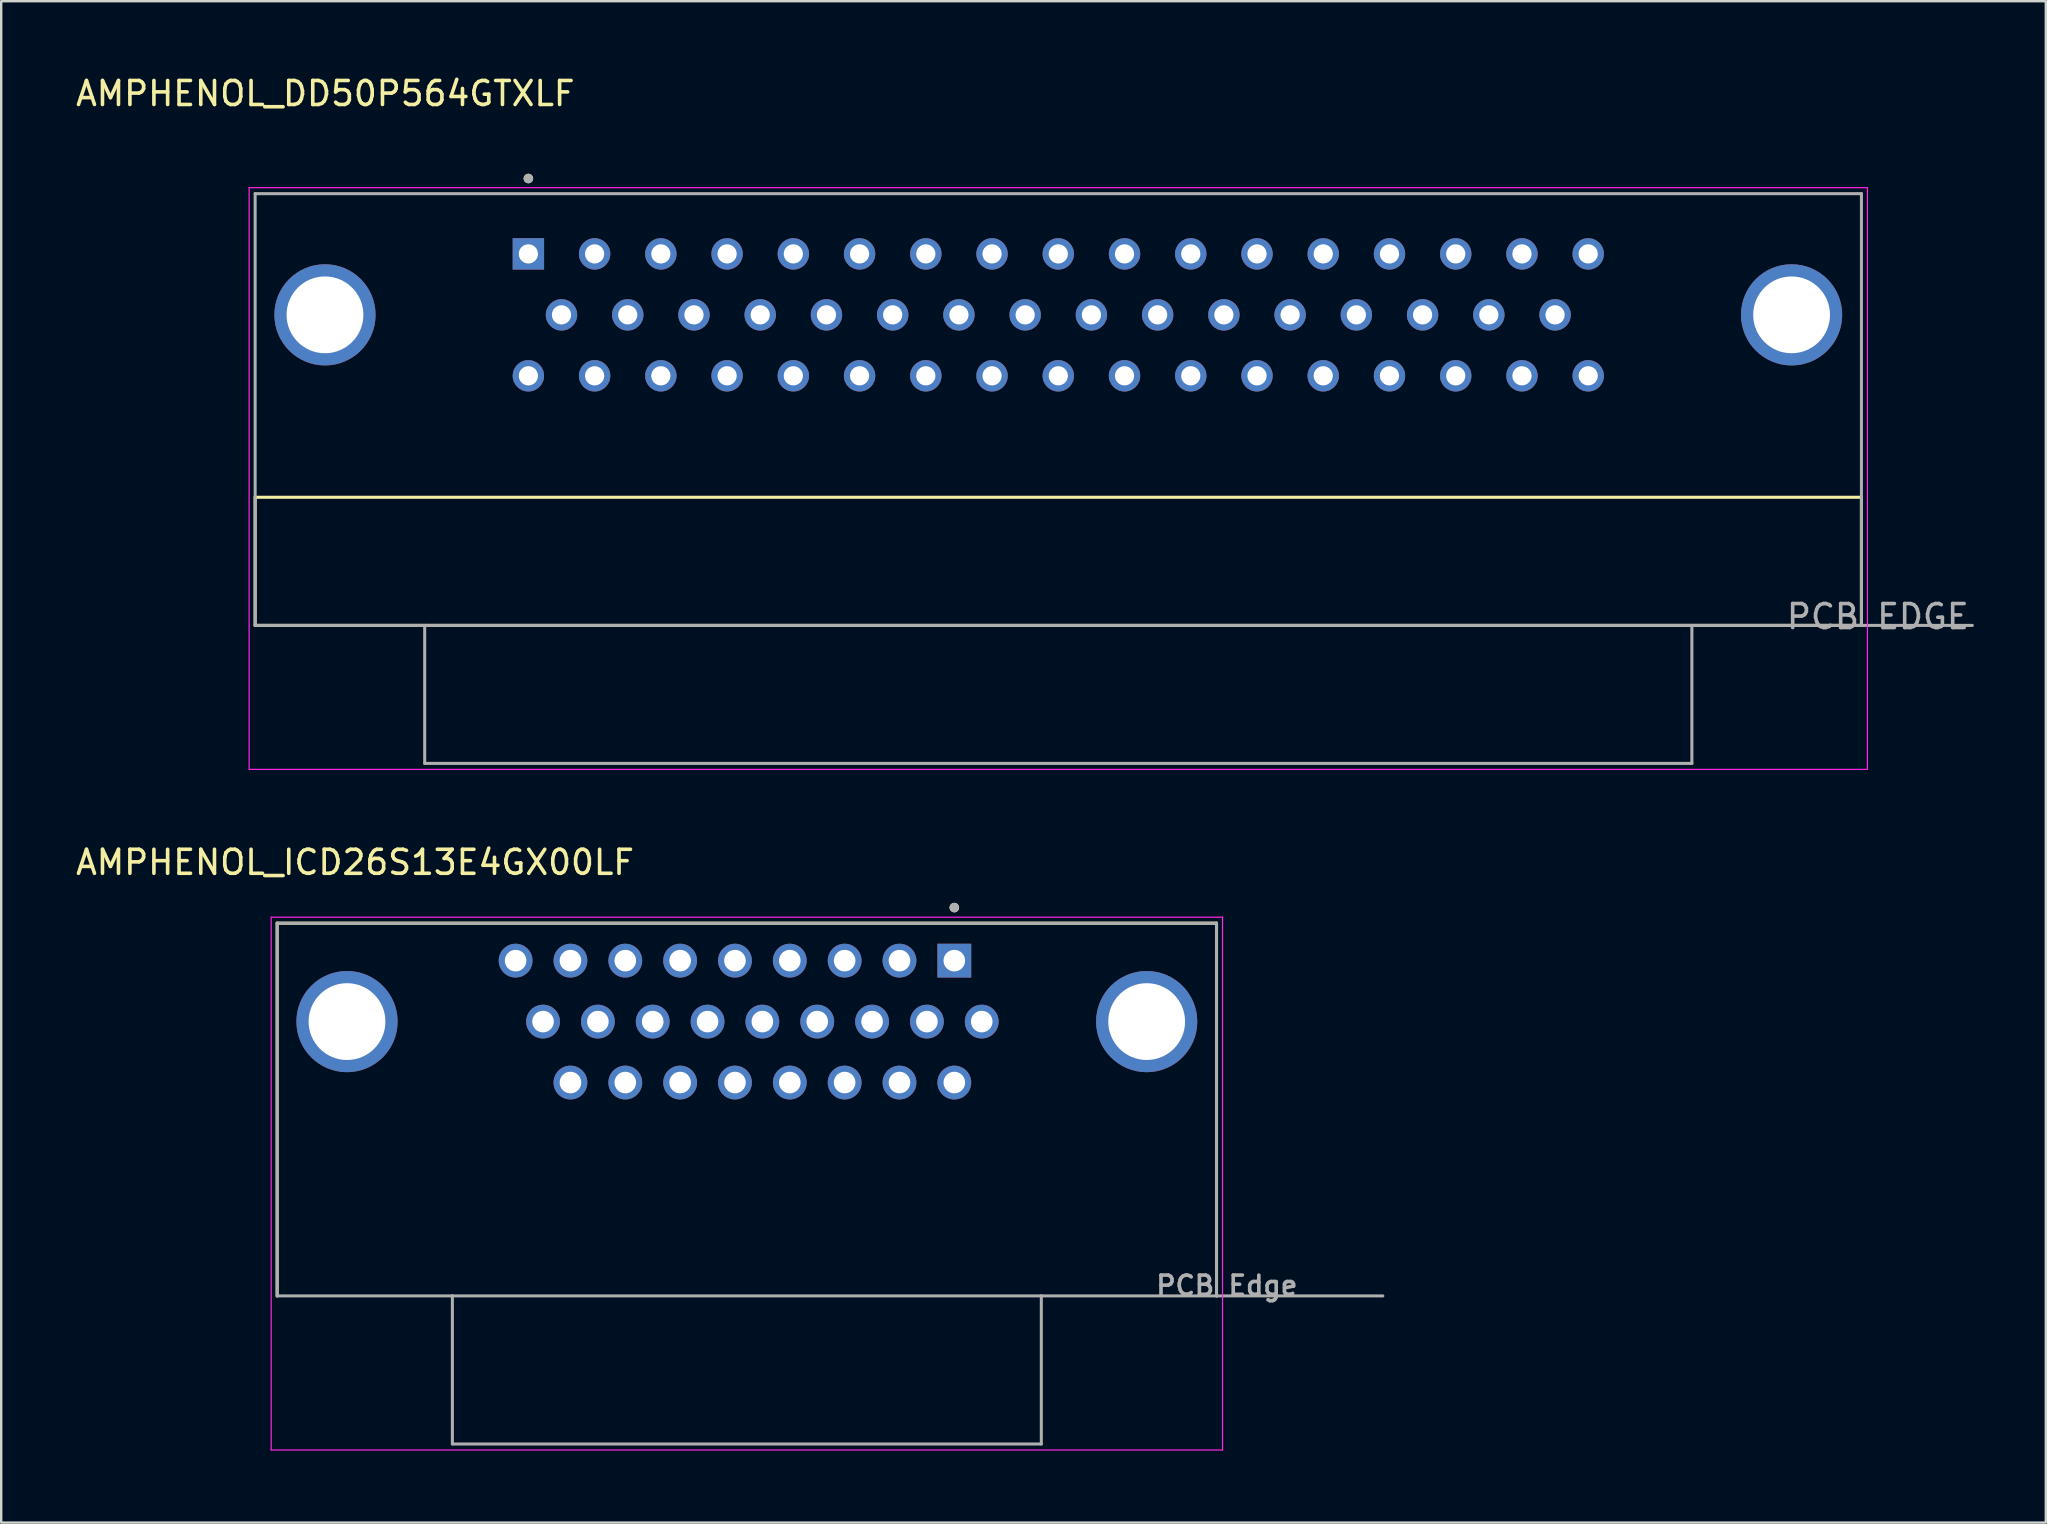
<source format=kicad_pcb>
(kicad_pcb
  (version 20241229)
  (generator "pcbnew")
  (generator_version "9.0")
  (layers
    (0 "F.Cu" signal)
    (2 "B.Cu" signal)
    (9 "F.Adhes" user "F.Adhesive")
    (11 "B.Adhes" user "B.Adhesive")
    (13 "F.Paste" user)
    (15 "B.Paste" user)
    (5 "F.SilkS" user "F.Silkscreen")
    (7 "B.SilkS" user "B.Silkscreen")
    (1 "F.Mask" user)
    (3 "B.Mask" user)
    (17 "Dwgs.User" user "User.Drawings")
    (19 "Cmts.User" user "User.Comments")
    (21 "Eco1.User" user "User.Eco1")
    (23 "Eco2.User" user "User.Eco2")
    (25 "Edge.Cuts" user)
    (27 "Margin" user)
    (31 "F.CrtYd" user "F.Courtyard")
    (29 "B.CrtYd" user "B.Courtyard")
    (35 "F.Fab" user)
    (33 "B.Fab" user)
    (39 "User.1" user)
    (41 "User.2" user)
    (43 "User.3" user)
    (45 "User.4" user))
  (footprint "AMPHENOL_ICD26S13E4GX00LF"
    (layer "F.Cu")
    (at 28.069 39.517)
    (property "Reference" "AMPHENOL_ICD26S13E4GX00LF" (at -16.325 -6.635 0) (layer "F.SilkS") (effects (font (size 1 1) (thickness 0.15))))
    (attr through_hole)
    (fp_line (start -19.57 -4.1) (end 19.57 -4.1) (stroke (width 0.127) (type solid)) (layer "F.SilkS"))
    (fp_line (start -19.57 11.43) (end -19.57 -4.1) (stroke (width 0.127) (type solid)) (layer "F.SilkS"))
    (fp_line (start 19.57 11.43) (end 19.57 -4.1) (stroke (width 0.127) (type solid)) (layer "F.SilkS"))
    (fp_circle (center 8.645 -4.75) (end 8.745 -4.75) (stroke (width 0.2) (type solid)) (fill no) (layer "F.SilkS"))
    (fp_line (start -19.82 -4.35) (end -19.82 17.85) (stroke (width 0.05) (type solid)) (layer "F.CrtYd"))
    (fp_line (start -19.82 17.85) (end 19.82 17.85) (stroke (width 0.05) (type solid)) (layer "F.CrtYd"))
    (fp_line (start 19.82 -4.35) (end -19.82 -4.35) (stroke (width 0.05) (type solid)) (layer "F.CrtYd"))
    (fp_line (start 19.82 17.85) (end 19.82 -4.35) (stroke (width 0.05) (type solid)) (layer "F.CrtYd"))
    (fp_line (start -19.57 -4.1) (end 19.57 -4.1) (stroke (width 0.127) (type solid)) (layer "F.Fab"))
    (fp_line (start -19.57 11.43) (end -19.57 -4.1) (stroke (width 0.127) (type solid)) (layer "F.Fab"))
    (fp_line (start -19.57 11.43) (end -12.27 11.43) (stroke (width 0.127) (type solid)) (layer "F.Fab"))
    (fp_line (start -12.27 11.43) (end -12.27 17.6) (stroke (width 0.127) (type solid)) (layer "F.Fab"))
    (fp_line (start -12.27 11.43) (end 12.27 11.43) (stroke (width 0.127) (type solid)) (layer "F.Fab"))
    (fp_line (start -12.27 17.6) (end 12.27 17.6) (stroke (width 0.127) (type solid)) (layer "F.Fab"))
    (fp_line (start 12.27 11.43) (end 19.57 11.43) (stroke (width 0.127) (type solid)) (layer "F.Fab"))
    (fp_line (start 12.27 17.6) (end 12.27 11.43) (stroke (width 0.127) (type solid)) (layer "F.Fab"))
    (fp_line (start 19.57 11.43) (end 19.57 -4.1) (stroke (width 0.127) (type solid)) (layer "F.Fab"))
    (fp_line (start 19.57 11.43) (end 26.5 11.43) (stroke (width 0.127) (type solid)) (layer "F.Fab"))
    (fp_circle (center 8.645 -4.75) (end 8.745 -4.75) (stroke (width 0.2) (type solid)) (fill no) (layer "F.Fab"))
    (fp_text user "PCB Edge" (at 20 11 0) (layer "F.Fab") (effects (font (size 0.8 0.8) (thickness 0.15))))
    (pad "1" thru_hole rect (at 8.645 -2.54) (size 1.408 1.408) (drill 0.9) (layers "*.Cu" "*.Mask"))
    (pad "2" thru_hole circle (at 6.36 -2.54) (size 1.408 1.408) (drill 0.9) (layers "*.Cu" "*.Mask"))
    (pad "3" thru_hole circle (at 4.075 -2.54) (size 1.408 1.408) (drill 0.9) (layers "*.Cu" "*.Mask"))
    (pad "4" thru_hole circle (at 1.79 -2.54) (size 1.408 1.408) (drill 0.9) (layers "*.Cu" "*.Mask"))
    (pad "5" thru_hole circle (at -0.495 -2.54) (size 1.408 1.408) (drill 0.9) (layers "*.Cu" "*.Mask"))
    (pad "6" thru_hole circle (at -2.78 -2.54) (size 1.408 1.408) (drill 0.9) (layers "*.Cu" "*.Mask"))
    (pad "7" thru_hole circle (at -5.065 -2.54) (size 1.408 1.408) (drill 0.9) (layers "*.Cu" "*.Mask"))
    (pad "8" thru_hole circle (at -7.35 -2.54) (size 1.408 1.408) (drill 0.9) (layers "*.Cu" "*.Mask"))
    (pad "9" thru_hole circle (at -9.635 -2.54) (size 1.408 1.408) (drill 0.9) (layers "*.Cu" "*.Mask"))
    (pad "10" thru_hole circle (at 9.787 0) (size 1.408 1.408) (drill 0.9) (layers "*.Cu" "*.Mask"))
    (pad "11" thru_hole circle (at 7.503 0) (size 1.408 1.408) (drill 0.9) (layers "*.Cu" "*.Mask"))
    (pad "12" thru_hole circle (at 5.218 0) (size 1.408 1.408) (drill 0.9) (layers "*.Cu" "*.Mask"))
    (pad "13" thru_hole circle (at 2.933 0) (size 1.408 1.408) (drill 0.9) (layers "*.Cu" "*.Mask"))
    (pad "14" thru_hole circle (at 0.647 0) (size 1.408 1.408) (drill 0.9) (layers "*.Cu" "*.Mask"))
    (pad "15" thru_hole circle (at -1.637 0) (size 1.408 1.408) (drill 0.9) (layers "*.Cu" "*.Mask"))
    (pad "16" thru_hole circle (at -3.922 0) (size 1.408 1.408) (drill 0.9) (layers "*.Cu" "*.Mask"))
    (pad "17" thru_hole circle (at -6.207 0) (size 1.408 1.408) (drill 0.9) (layers "*.Cu" "*.Mask"))
    (pad "18" thru_hole circle (at -8.492 0) (size 1.408 1.408) (drill 0.9) (layers "*.Cu" "*.Mask"))
    (pad "19" thru_hole circle (at 8.645 2.54) (size 1.408 1.408) (drill 0.9) (layers "*.Cu" "*.Mask"))
    (pad "20" thru_hole circle (at 6.36 2.54) (size 1.408 1.408) (drill 0.9) (layers "*.Cu" "*.Mask"))
    (pad "21" thru_hole circle (at 4.075 2.54) (size 1.408 1.408) (drill 0.9) (layers "*.Cu" "*.Mask"))
    (pad "22" thru_hole circle (at 1.79 2.54) (size 1.408 1.408) (drill 0.9) (layers "*.Cu" "*.Mask"))
    (pad "23" thru_hole circle (at -0.495 2.54) (size 1.408 1.408) (drill 0.9) (layers "*.Cu" "*.Mask"))
    (pad "24" thru_hole circle (at -2.78 2.54) (size 1.408 1.408) (drill 0.9) (layers "*.Cu" "*.Mask"))
    (pad "25" thru_hole circle (at -5.065 2.54) (size 1.408 1.408) (drill 0.9) (layers "*.Cu" "*.Mask"))
    (pad "26" thru_hole circle (at -7.35 2.54) (size 1.408 1.408) (drill 0.9) (layers "*.Cu" "*.Mask"))
    (pad "S1" thru_hole circle (at -16.66 0) (size 4.216 4.216) (drill 3.2) (layers "*.Cu" "*.Mask"))
    (pad "S2" thru_hole circle (at 16.66 0) (size 4.216 4.216) (drill 3.2) (layers "*.Cu" "*.Mask")))
  (footprint "AMPHENOL_DD50P564GTXLF"
    (layer "F.Cu")
    (at 41.046 10.069)
    (property "Reference" "AMPHENOL_DD50P564GTXLF" (at -30.54 -9.221 0) (layer "F.SilkS") (effects (font (size 1 1) (thickness 0.15))))
    (attr through_hole)
    (fp_line (start -33.465 7.6) (end 33.465 7.6) (stroke (width 0.127) (type solid)) (layer "F.SilkS"))
    (fp_line (start -33.465 12.94) (end -33.465 7.6) (stroke (width 0.127) (type solid)) (layer "F.SilkS"))
    (fp_line (start -33.465 12.94) (end 33.465 12.94) (stroke (width 0.127) (type solid)) (layer "F.SilkS"))
    (fp_line (start 33.465 12.94) (end 33.465 7.6) (stroke (width 0.127) (type solid)) (layer "F.SilkS"))
    (fp_circle (center -22.08 -5.681) (end -21.98 -5.681) (stroke (width 0.2) (type solid)) (fill no) (layer "F.SilkS"))
    (fp_line (start -33.715 -5.3) (end -33.715 18.94) (stroke (width 0.05) (type solid)) (layer "F.CrtYd"))
    (fp_line (start -33.715 18.94) (end 33.715 18.94) (stroke (width 0.05) (type solid)) (layer "F.CrtYd"))
    (fp_line (start 33.715 -5.3) (end -33.715 -5.3) (stroke (width 0.05) (type solid)) (layer "F.CrtYd"))
    (fp_line (start 33.715 18.94) (end 33.715 -5.3) (stroke (width 0.05) (type solid)) (layer "F.CrtYd"))
    (fp_line (start -33.465 -5.05) (end 33.465 -5.05) (stroke (width 0.127) (type solid)) (layer "F.Fab"))
    (fp_line (start -33.465 12.94) (end -33.465 -5.05) (stroke (width 0.127) (type solid)) (layer "F.Fab"))
    (fp_line (start -33.465 12.94) (end -26.4 12.94) (stroke (width 0.127) (type solid)) (layer "F.Fab"))
    (fp_line (start -26.4 12.94) (end -26.4 18.69) (stroke (width 0.127) (type solid)) (layer "F.Fab"))
    (fp_line (start -26.4 12.94) (end 26.4 12.94) (stroke (width 0.127) (type solid)) (layer "F.Fab"))
    (fp_line (start -26.4 18.69) (end 26.4 18.69) (stroke (width 0.127) (type solid)) (layer "F.Fab"))
    (fp_line (start 26.4 12.94) (end 33.465 12.94) (stroke (width 0.127) (type solid)) (layer "F.Fab"))
    (fp_line (start 26.4 18.69) (end 26.4 12.94) (stroke (width 0.127) (type solid)) (layer "F.Fab"))
    (fp_line (start 33.465 12.94) (end 33.465 -5.05) (stroke (width 0.127) (type solid)) (layer "F.Fab"))
    (fp_line (start 33.465 12.94) (end 38.085 12.94) (stroke (width 0.127) (type solid)) (layer "F.Fab"))
    (fp_circle (center -22.08 -5.681) (end -21.98 -5.681) (stroke (width 0.2) (type solid)) (fill no) (layer "F.Fab"))
    (fp_text user "PCB EDGE" (at 34.148 12.573 0) (layer "F.Fab") (effects (font (size 1 1) (thickness 0.15))))
    (pad "1" thru_hole rect (at -22.08 -2.54) (size 1.308 1.308) (drill 0.8) (layers "*.Cu" "*.Mask"))
    (pad "2" thru_hole circle (at -19.32 -2.54) (size 1.308 1.308) (drill 0.8) (layers "*.Cu" "*.Mask"))
    (pad "3" thru_hole circle (at -16.56 -2.54) (size 1.308 1.308) (drill 0.8) (layers "*.Cu" "*.Mask"))
    (pad "4" thru_hole circle (at -13.8 -2.54) (size 1.308 1.308) (drill 0.8) (layers "*.Cu" "*.Mask"))
    (pad "5" thru_hole circle (at -11.04 -2.54) (size 1.308 1.308) (drill 0.8) (layers "*.Cu" "*.Mask"))
    (pad "6" thru_hole circle (at -8.28 -2.54) (size 1.308 1.308) (drill 0.8) (layers "*.Cu" "*.Mask"))
    (pad "7" thru_hole circle (at -5.52 -2.54) (size 1.308 1.308) (drill 0.8) (layers "*.Cu" "*.Mask"))
    (pad "8" thru_hole circle (at -2.76 -2.54) (size 1.308 1.308) (drill 0.8) (layers "*.Cu" "*.Mask"))
    (pad "9" thru_hole circle (at 0 -2.54) (size 1.308 1.308) (drill 0.8) (layers "*.Cu" "*.Mask"))
    (pad "10" thru_hole circle (at 2.76 -2.54) (size 1.308 1.308) (drill 0.8) (layers "*.Cu" "*.Mask"))
    (pad "11" thru_hole circle (at 5.52 -2.54) (size 1.308 1.308) (drill 0.8) (layers "*.Cu" "*.Mask"))
    (pad "12" thru_hole circle (at 8.28 -2.54) (size 1.308 1.308) (drill 0.8) (layers "*.Cu" "*.Mask"))
    (pad "13" thru_hole circle (at 11.04 -2.54) (size 1.308 1.308) (drill 0.8) (layers "*.Cu" "*.Mask"))
    (pad "14" thru_hole circle (at 13.8 -2.54) (size 1.308 1.308) (drill 0.8) (layers "*.Cu" "*.Mask"))
    (pad "15" thru_hole circle (at 16.56 -2.54) (size 1.308 1.308) (drill 0.8) (layers "*.Cu" "*.Mask"))
    (pad "16" thru_hole circle (at 19.32 -2.54) (size 1.308 1.308) (drill 0.8) (layers "*.Cu" "*.Mask"))
    (pad "17" thru_hole circle (at 22.08 -2.54) (size 1.308 1.308) (drill 0.8) (layers "*.Cu" "*.Mask"))
    (pad "18" thru_hole circle (at -20.7 0) (size 1.308 1.308) (drill 0.8) (layers "*.Cu" "*.Mask"))
    (pad "19" thru_hole circle (at -17.94 0) (size 1.308 1.308) (drill 0.8) (layers "*.Cu" "*.Mask"))
    (pad "20" thru_hole circle (at -15.18 0) (size 1.308 1.308) (drill 0.8) (layers "*.Cu" "*.Mask"))
    (pad "21" thru_hole circle (at -12.42 0) (size 1.308 1.308) (drill 0.8) (layers "*.Cu" "*.Mask"))
    (pad "22" thru_hole circle (at -9.66 0) (size 1.308 1.308) (drill 0.8) (layers "*.Cu" "*.Mask"))
    (pad "23" thru_hole circle (at -6.9 0) (size 1.308 1.308) (drill 0.8) (layers "*.Cu" "*.Mask"))
    (pad "24" thru_hole circle (at -4.14 0) (size 1.308 1.308) (drill 0.8) (layers "*.Cu" "*.Mask"))
    (pad "25" thru_hole circle (at -1.38 0) (size 1.308 1.308) (drill 0.8) (layers "*.Cu" "*.Mask"))
    (pad "26" thru_hole circle (at 1.38 0) (size 1.308 1.308) (drill 0.8) (layers "*.Cu" "*.Mask"))
    (pad "27" thru_hole circle (at 4.14 0) (size 1.308 1.308) (drill 0.8) (layers "*.Cu" "*.Mask"))
    (pad "28" thru_hole circle (at 6.9 0) (size 1.308 1.308) (drill 0.8) (layers "*.Cu" "*.Mask"))
    (pad "29" thru_hole circle (at 9.66 0) (size 1.308 1.308) (drill 0.8) (layers "*.Cu" "*.Mask"))
    (pad "30" thru_hole circle (at 12.42 0) (size 1.308 1.308) (drill 0.8) (layers "*.Cu" "*.Mask"))
    (pad "31" thru_hole circle (at 15.18 0) (size 1.308 1.308) (drill 0.8) (layers "*.Cu" "*.Mask"))
    (pad "32" thru_hole circle (at 17.94 0) (size 1.308 1.308) (drill 0.8) (layers "*.Cu" "*.Mask"))
    (pad "33" thru_hole circle (at 20.7 0) (size 1.308 1.308) (drill 0.8) (layers "*.Cu" "*.Mask"))
    (pad "34" thru_hole circle (at -22.08 2.54) (size 1.308 1.308) (drill 0.8) (layers "*.Cu" "*.Mask"))
    (pad "35" thru_hole circle (at -19.32 2.54) (size 1.308 1.308) (drill 0.8) (layers "*.Cu" "*.Mask"))
    (pad "36" thru_hole circle (at -16.56 2.54) (size 1.308 1.308) (drill 0.8) (layers "*.Cu" "*.Mask"))
    (pad "37" thru_hole circle (at -13.8 2.54) (size 1.308 1.308) (drill 0.8) (layers "*.Cu" "*.Mask"))
    (pad "38" thru_hole circle (at -11.04 2.54) (size 1.308 1.308) (drill 0.8) (layers "*.Cu" "*.Mask"))
    (pad "39" thru_hole circle (at -8.28 2.54) (size 1.308 1.308) (drill 0.8) (layers "*.Cu" "*.Mask"))
    (pad "40" thru_hole circle (at -5.52 2.54) (size 1.308 1.308) (drill 0.8) (layers "*.Cu" "*.Mask"))
    (pad "41" thru_hole circle (at -2.76 2.54) (size 1.308 1.308) (drill 0.8) (layers "*.Cu" "*.Mask"))
    (pad "42" thru_hole circle (at 0 2.54) (size 1.308 1.308) (drill 0.8) (layers "*.Cu" "*.Mask"))
    (pad "43" thru_hole circle (at 2.76 2.54) (size 1.308 1.308) (drill 0.8) (layers "*.Cu" "*.Mask"))
    (pad "44" thru_hole circle (at 5.52 2.54) (size 1.308 1.308) (drill 0.8) (layers "*.Cu" "*.Mask"))
    (pad "45" thru_hole circle (at 8.28 2.54) (size 1.308 1.308) (drill 0.8) (layers "*.Cu" "*.Mask"))
    (pad "46" thru_hole circle (at 11.04 2.54) (size 1.308 1.308) (drill 0.8) (layers "*.Cu" "*.Mask"))
    (pad "47" thru_hole circle (at 13.8 2.54) (size 1.308 1.308) (drill 0.8) (layers "*.Cu" "*.Mask"))
    (pad "48" thru_hole circle (at 16.56 2.54) (size 1.308 1.308) (drill 0.8) (layers "*.Cu" "*.Mask"))
    (pad "49" thru_hole circle (at 19.32 2.54) (size 1.308 1.308) (drill 0.8) (layers "*.Cu" "*.Mask"))
    (pad "50" thru_hole circle (at 22.08 2.54) (size 1.308 1.308) (drill 0.8) (layers "*.Cu" "*.Mask"))
    (pad "S1" thru_hole circle (at -30.555 0) (size 4.216 4.216) (drill 3.2) (layers "*.Cu" "*.Mask"))
    (pad "S2" thru_hole circle (at 30.555 0) (size 4.216 4.216) (drill 3.2) (layers "*.Cu" "*.Mask")))
  (gr_rect
    (start -3 -3)
    (end 82.194 60.392)
    (stroke (width 0.1) (type default))
    (fill no)
    (layer "Edge.Cuts")))
</source>
